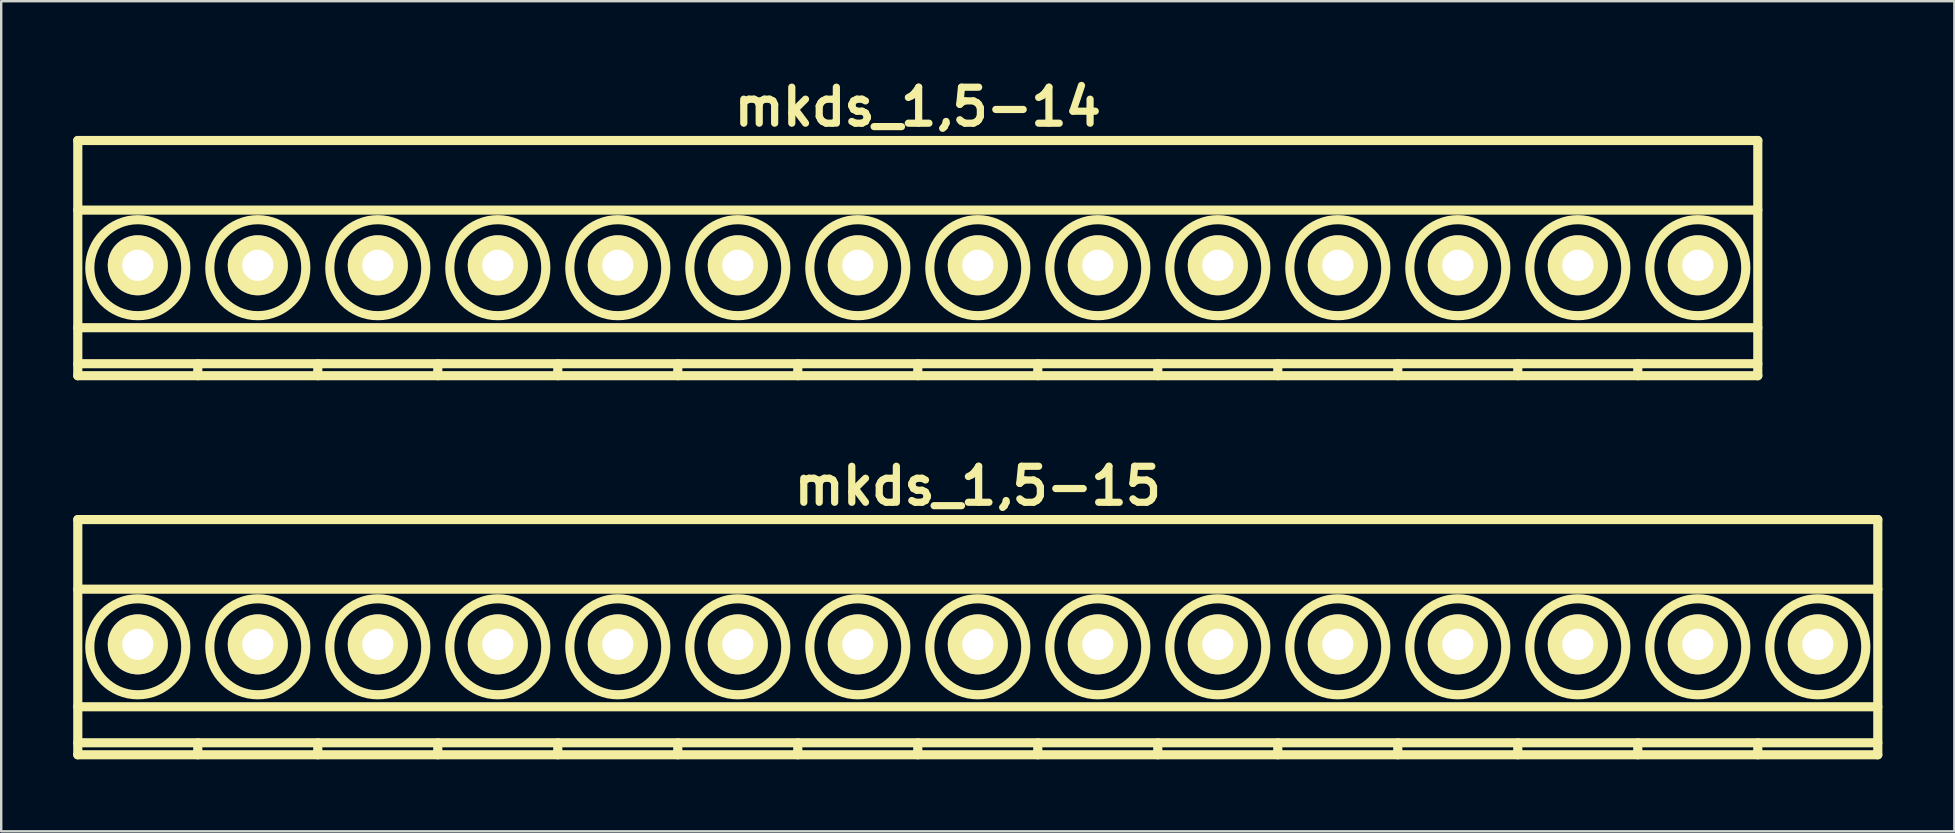
<source format=kicad_pcb>
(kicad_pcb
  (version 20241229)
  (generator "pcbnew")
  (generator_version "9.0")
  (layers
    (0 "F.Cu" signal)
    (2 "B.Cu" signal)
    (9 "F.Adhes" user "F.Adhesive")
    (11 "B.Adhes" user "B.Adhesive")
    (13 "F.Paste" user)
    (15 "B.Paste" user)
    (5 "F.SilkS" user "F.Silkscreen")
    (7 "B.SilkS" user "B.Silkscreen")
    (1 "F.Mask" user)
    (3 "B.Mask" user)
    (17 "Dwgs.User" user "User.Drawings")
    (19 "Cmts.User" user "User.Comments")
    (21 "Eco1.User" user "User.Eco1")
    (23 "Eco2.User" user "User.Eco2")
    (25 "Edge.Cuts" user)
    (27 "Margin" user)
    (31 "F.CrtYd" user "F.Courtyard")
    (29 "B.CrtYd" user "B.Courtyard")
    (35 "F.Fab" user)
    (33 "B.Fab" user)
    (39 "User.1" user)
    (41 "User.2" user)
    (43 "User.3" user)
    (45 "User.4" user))
  (footprint "mkds_1,5-15"
    (layer "F.Cu")
    (at 37.691 23.799)
    (property "Reference" "mkds_1,5-15" (at 0 -6.6 0) (layer "F.SilkS") (effects (font (size 1.5 1.5) (thickness 0.3))))
    (attr through_hole)
    (fp_line (start -37.5 -5.2) (end -37.5 4.6) (stroke (width 0.381) (type solid)) (layer "F.SilkS"))
    (fp_line (start -37.5 -2.3) (end 37.5 -2.3) (stroke (width 0.381) (type solid)) (layer "F.SilkS"))
    (fp_line (start -37.5 2.6) (end 37.5 2.6) (stroke (width 0.381) (type solid)) (layer "F.SilkS"))
    (fp_line (start -37.5 4.1) (end 37.5 4.1) (stroke (width 0.381) (type solid)) (layer "F.SilkS"))
    (fp_line (start -37.5 4.6) (end 37.5 4.6) (stroke (width 0.381) (type solid)) (layer "F.SilkS"))
    (fp_line (start -32.5 4.1) (end -32.5 4.6) (stroke (width 0.381) (type solid)) (layer "F.SilkS"))
    (fp_line (start -27.5 4.1) (end -27.5 4.6) (stroke (width 0.381) (type solid)) (layer "F.SilkS"))
    (fp_line (start -22.5 4.1) (end -22.5 4.6) (stroke (width 0.381) (type solid)) (layer "F.SilkS"))
    (fp_line (start -17.5 4.1) (end -17.5 4.6) (stroke (width 0.381) (type solid)) (layer "F.SilkS"))
    (fp_line (start -12.5 4.1) (end -12.5 4.6) (stroke (width 0.381) (type solid)) (layer "F.SilkS"))
    (fp_line (start -7.5 4.1) (end -7.5 4.6) (stroke (width 0.381) (type solid)) (layer "F.SilkS"))
    (fp_line (start -2.5 4.1) (end -2.5 4.6) (stroke (width 0.381) (type solid)) (layer "F.SilkS"))
    (fp_line (start 2.5 4.1) (end 2.5 4.6) (stroke (width 0.381) (type solid)) (layer "F.SilkS"))
    (fp_line (start 7.5 4.1) (end 7.5 4.6) (stroke (width 0.381) (type solid)) (layer "F.SilkS"))
    (fp_line (start 12.5 4.1) (end 12.5 4.6) (stroke (width 0.381) (type solid)) (layer "F.SilkS"))
    (fp_line (start 17.5 4.1) (end 17.5 4.6) (stroke (width 0.381) (type solid)) (layer "F.SilkS"))
    (fp_line (start 22.5 4.1) (end 22.5 4.6) (stroke (width 0.381) (type solid)) (layer "F.SilkS"))
    (fp_line (start 27.5 4.1) (end 27.5 4.6) (stroke (width 0.381) (type solid)) (layer "F.SilkS"))
    (fp_line (start 32.5 4.1) (end 32.5 4.6) (stroke (width 0.381) (type solid)) (layer "F.SilkS"))
    (fp_line (start 37.5 -5.2) (end -37.5 -5.2) (stroke (width 0.381) (type solid)) (layer "F.SilkS"))
    (fp_line (start 37.5 4.6) (end 37.5 -5.2) (stroke (width 0.381) (type solid)) (layer "F.SilkS"))
    (fp_circle (center -35 0.1) (end -33 0.1) (stroke (width 0.381) (type solid)) (fill no) (layer "F.SilkS"))
    (fp_circle (center -30 0.1) (end -32 0.1) (stroke (width 0.381) (type solid)) (fill no) (layer "F.SilkS"))
    (fp_circle (center -25 0.1) (end -27 0.1) (stroke (width 0.381) (type solid)) (fill no) (layer "F.SilkS"))
    (fp_circle (center -20 0.1) (end -22 0.1) (stroke (width 0.381) (type solid)) (fill no) (layer "F.SilkS"))
    (fp_circle (center -15 0.1) (end -17 0.1) (stroke (width 0.381) (type solid)) (fill no) (layer "F.SilkS"))
    (fp_circle (center -10 0.1) (end -12 0.1) (stroke (width 0.381) (type solid)) (fill no) (layer "F.SilkS"))
    (fp_circle (center -5 0.1) (end -7 0.1) (stroke (width 0.381) (type solid)) (fill no) (layer "F.SilkS"))
    (fp_circle (center 0 0.1) (end -2 0.1) (stroke (width 0.381) (type solid)) (fill no) (layer "F.SilkS"))
    (fp_circle (center 5 0.1) (end 3 0.1) (stroke (width 0.381) (type solid)) (fill no) (layer "F.SilkS"))
    (fp_circle (center 10 0.1) (end 8 0.1) (stroke (width 0.381) (type solid)) (fill no) (layer "F.SilkS"))
    (fp_circle (center 15 0.1) (end 13 0.1) (stroke (width 0.381) (type solid)) (fill no) (layer "F.SilkS"))
    (fp_circle (center 20 0.1) (end 18 0.1) (stroke (width 0.381) (type solid)) (fill no) (layer "F.SilkS"))
    (fp_circle (center 25 0.1) (end 23 0.1) (stroke (width 0.381) (type solid)) (fill no) (layer "F.SilkS"))
    (fp_circle (center 30 0.1) (end 28 0.1) (stroke (width 0.381) (type solid)) (fill no) (layer "F.SilkS"))
    (fp_circle (center 35 0.1) (end 33 0.1) (stroke (width 0.381) (type solid)) (fill no) (layer "F.SilkS"))
    (pad "1" thru_hole circle (at -35 0) (size 2.5 2.5) (drill 1.3) (layers "*.Cu" "*.Mask" "F.SilkS"))
    (pad "2" thru_hole circle (at -30 0) (size 2.5 2.5) (drill 1.3) (layers "*.Cu" "*.Mask" "F.SilkS"))
    (pad "3" thru_hole circle (at -25 0) (size 2.5 2.5) (drill 1.3) (layers "*.Cu" "*.Mask" "F.SilkS"))
    (pad "4" thru_hole circle (at -20 0) (size 2.5 2.5) (drill 1.3) (layers "*.Cu" "*.Mask" "F.SilkS"))
    (pad "5" thru_hole circle (at -15 0) (size 2.5 2.5) (drill 1.3) (layers "*.Cu" "*.Mask" "F.SilkS"))
    (pad "6" thru_hole circle (at -10 0) (size 2.5 2.5) (drill 1.3) (layers "*.Cu" "*.Mask" "F.SilkS"))
    (pad "7" thru_hole circle (at -5 0) (size 2.5 2.5) (drill 1.3) (layers "*.Cu" "*.Mask" "F.SilkS"))
    (pad "8" thru_hole circle (at 0 0) (size 2.5 2.5) (drill 1.3) (layers "*.Cu" "*.Mask" "F.SilkS"))
    (pad "9" thru_hole circle (at 5 0) (size 2.5 2.5) (drill 1.3) (layers "*.Cu" "*.Mask" "F.SilkS"))
    (pad "10" thru_hole circle (at 10 0) (size 2.5 2.5) (drill 1.3) (layers "*.Cu" "*.Mask" "F.SilkS"))
    (pad "11" thru_hole circle (at 15 0) (size 2.5 2.5) (drill 1.3) (layers "*.Cu" "*.Mask" "F.SilkS"))
    (pad "12" thru_hole circle (at 20 0) (size 2.5 2.5) (drill 1.3) (layers "*.Cu" "*.Mask" "F.SilkS"))
    (pad "13" thru_hole circle (at 25 0) (size 2.5 2.5) (drill 1.3) (layers "*.Cu" "*.Mask" "F.SilkS"))
    (pad "14" thru_hole circle (at 30 0) (size 2.5 2.5) (drill 1.3) (layers "*.Cu" "*.Mask" "F.SilkS"))
    (pad "15" thru_hole circle (at 35 0) (size 2.5 2.5) (drill 1.3) (layers "*.Cu" "*.Mask" "F.SilkS")))
  (footprint "mkds_1,5-14"
    (layer "F.Cu")
    (at 35.191 8.004)
    (property "Reference" "mkds_1,5-14" (at 0 -6.6 0) (layer "F.SilkS") (effects (font (size 1.5 1.5) (thickness 0.3))))
    (attr through_hole)
    (fp_line (start -35 -5.2) (end -35 4.6) (stroke (width 0.381) (type solid)) (layer "F.SilkS"))
    (fp_line (start -35 -2.3) (end 35 -2.3) (stroke (width 0.381) (type solid)) (layer "F.SilkS"))
    (fp_line (start -35 2.6) (end 35 2.6) (stroke (width 0.381) (type solid)) (layer "F.SilkS"))
    (fp_line (start -35 4.1) (end 35 4.1) (stroke (width 0.381) (type solid)) (layer "F.SilkS"))
    (fp_line (start -35 4.6) (end 35 4.6) (stroke (width 0.381) (type solid)) (layer "F.SilkS"))
    (fp_line (start -30 4.1) (end -30 4.6) (stroke (width 0.381) (type solid)) (layer "F.SilkS"))
    (fp_line (start -25 4.1) (end -25 4.6) (stroke (width 0.381) (type solid)) (layer "F.SilkS"))
    (fp_line (start -20 4.1) (end -20 4.6) (stroke (width 0.381) (type solid)) (layer "F.SilkS"))
    (fp_line (start -15 4.1) (end -15 4.6) (stroke (width 0.381) (type solid)) (layer "F.SilkS"))
    (fp_line (start -10 4.1) (end -10 4.6) (stroke (width 0.381) (type solid)) (layer "F.SilkS"))
    (fp_line (start -5 4.1) (end -5 4.6) (stroke (width 0.381) (type solid)) (layer "F.SilkS"))
    (fp_line (start 0 4.1) (end 0 4.6) (stroke (width 0.381) (type solid)) (layer "F.SilkS"))
    (fp_line (start 5 4.1) (end 5 4.6) (stroke (width 0.381) (type solid)) (layer "F.SilkS"))
    (fp_line (start 10 4.1) (end 10 4.6) (stroke (width 0.381) (type solid)) (layer "F.SilkS"))
    (fp_line (start 15 4.1) (end 15 4.6) (stroke (width 0.381) (type solid)) (layer "F.SilkS"))
    (fp_line (start 20 4.1) (end 20 4.6) (stroke (width 0.381) (type solid)) (layer "F.SilkS"))
    (fp_line (start 25 4.1) (end 25 4.6) (stroke (width 0.381) (type solid)) (layer "F.SilkS"))
    (fp_line (start 30 4.1) (end 30 4.6) (stroke (width 0.381) (type solid)) (layer "F.SilkS"))
    (fp_line (start 35 -5.2) (end -35 -5.2) (stroke (width 0.381) (type solid)) (layer "F.SilkS"))
    (fp_line (start 35 4.6) (end 35 -5.2) (stroke (width 0.381) (type solid)) (layer "F.SilkS"))
    (fp_circle (center -32.5 0.1) (end -30.5 0.1) (stroke (width 0.381) (type solid)) (fill no) (layer "F.SilkS"))
    (fp_circle (center -27.5 0.1) (end -29.5 0.1) (stroke (width 0.381) (type solid)) (fill no) (layer "F.SilkS"))
    (fp_circle (center -22.5 0.1) (end -24.5 0.1) (stroke (width 0.381) (type solid)) (fill no) (layer "F.SilkS"))
    (fp_circle (center -17.5 0.1) (end -19.5 0.1) (stroke (width 0.381) (type solid)) (fill no) (layer "F.SilkS"))
    (fp_circle (center -12.5 0.1) (end -14.5 0.1) (stroke (width 0.381) (type solid)) (fill no) (layer "F.SilkS"))
    (fp_circle (center -7.5 0.1) (end -9.5 0.1) (stroke (width 0.381) (type solid)) (fill no) (layer "F.SilkS"))
    (fp_circle (center -2.5 0.1) (end -4.5 0.1) (stroke (width 0.381) (type solid)) (fill no) (layer "F.SilkS"))
    (fp_circle (center 2.5 0.1) (end 0.5 0.1) (stroke (width 0.381) (type solid)) (fill no) (layer "F.SilkS"))
    (fp_circle (center 7.5 0.1) (end 5.5 0.1) (stroke (width 0.381) (type solid)) (fill no) (layer "F.SilkS"))
    (fp_circle (center 12.5 0.1) (end 10.5 0.1) (stroke (width 0.381) (type solid)) (fill no) (layer "F.SilkS"))
    (fp_circle (center 17.5 0.1) (end 15.5 0.1) (stroke (width 0.381) (type solid)) (fill no) (layer "F.SilkS"))
    (fp_circle (center 22.5 0.1) (end 20.5 0.1) (stroke (width 0.381) (type solid)) (fill no) (layer "F.SilkS"))
    (fp_circle (center 27.5 0.1) (end 25.5 0.1) (stroke (width 0.381) (type solid)) (fill no) (layer "F.SilkS"))
    (fp_circle (center 32.5 0.1) (end 30.5 0.1) (stroke (width 0.381) (type solid)) (fill no) (layer "F.SilkS"))
    (pad "1" thru_hole circle (at -32.5 0) (size 2.5 2.5) (drill 1.3) (layers "*.Cu" "*.Mask" "F.SilkS"))
    (pad "2" thru_hole circle (at -27.5 0) (size 2.5 2.5) (drill 1.3) (layers "*.Cu" "*.Mask" "F.SilkS"))
    (pad "3" thru_hole circle (at -22.5 0) (size 2.5 2.5) (drill 1.3) (layers "*.Cu" "*.Mask" "F.SilkS"))
    (pad "4" thru_hole circle (at -17.5 0) (size 2.5 2.5) (drill 1.3) (layers "*.Cu" "*.Mask" "F.SilkS"))
    (pad "5" thru_hole circle (at -12.5 0) (size 2.5 2.5) (drill 1.3) (layers "*.Cu" "*.Mask" "F.SilkS"))
    (pad "6" thru_hole circle (at -7.5 0) (size 2.5 2.5) (drill 1.3) (layers "*.Cu" "*.Mask" "F.SilkS"))
    (pad "7" thru_hole circle (at -2.5 0) (size 2.5 2.5) (drill 1.3) (layers "*.Cu" "*.Mask" "F.SilkS"))
    (pad "8" thru_hole circle (at 2.5 0) (size 2.5 2.5) (drill 1.3) (layers "*.Cu" "*.Mask" "F.SilkS"))
    (pad "9" thru_hole circle (at 7.5 0) (size 2.5 2.5) (drill 1.3) (layers "*.Cu" "*.Mask" "F.SilkS"))
    (pad "10" thru_hole circle (at 12.5 0) (size 2.5 2.5) (drill 1.3) (layers "*.Cu" "*.Mask" "F.SilkS"))
    (pad "11" thru_hole circle (at 17.5 0) (size 2.5 2.5) (drill 1.3) (layers "*.Cu" "*.Mask" "F.SilkS"))
    (pad "12" thru_hole circle (at 22.5 0) (size 2.5 2.5) (drill 1.3) (layers "*.Cu" "*.Mask" "F.SilkS"))
    (pad "13" thru_hole circle (at 27.5 0) (size 2.5 2.5) (drill 1.3) (layers "*.Cu" "*.Mask" "F.SilkS"))
    (pad "14" thru_hole circle (at 32.5 0) (size 2.5 2.5) (drill 1.3) (layers "*.Cu" "*.Mask" "F.SilkS")))
  (gr_rect
    (start -3 -3)
    (end 78.381 31.589)
    (stroke (width 0.1) (type default))
    (fill no)
    (layer "Edge.Cuts")))
</source>
